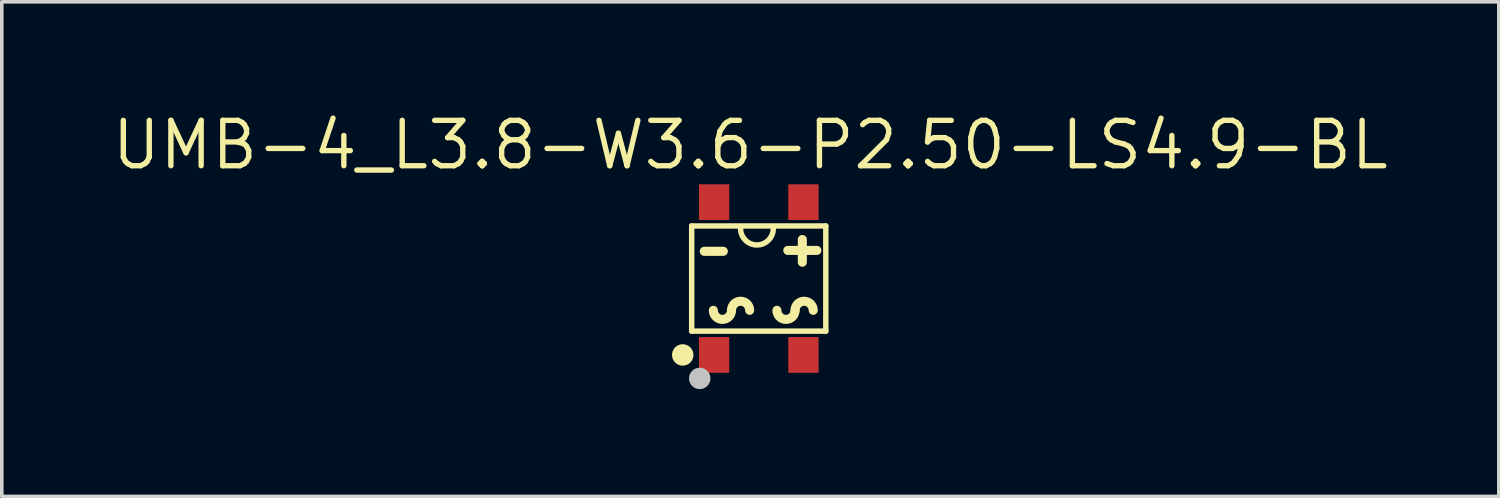
<source format=kicad_pcb>
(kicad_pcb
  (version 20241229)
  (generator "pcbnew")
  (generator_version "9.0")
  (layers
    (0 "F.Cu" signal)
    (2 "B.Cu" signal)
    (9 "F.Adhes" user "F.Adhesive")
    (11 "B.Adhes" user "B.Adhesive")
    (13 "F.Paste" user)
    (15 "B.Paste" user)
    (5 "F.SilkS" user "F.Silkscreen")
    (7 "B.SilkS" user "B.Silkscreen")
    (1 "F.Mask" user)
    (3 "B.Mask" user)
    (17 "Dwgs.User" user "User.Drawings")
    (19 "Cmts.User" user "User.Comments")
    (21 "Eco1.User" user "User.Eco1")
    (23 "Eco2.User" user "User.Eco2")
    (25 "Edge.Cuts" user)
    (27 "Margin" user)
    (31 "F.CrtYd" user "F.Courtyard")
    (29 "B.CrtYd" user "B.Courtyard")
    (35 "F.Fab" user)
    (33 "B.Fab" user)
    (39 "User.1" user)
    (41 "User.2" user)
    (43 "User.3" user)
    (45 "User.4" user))
  (footprint "UMB-4_L3.8-W3.6-P2.50-LS4.9-BL"
    (layer "F.Cu")
    (at 18.175 4.742)
    (property "Reference" "UMB-4_L3.8-W3.6-P2.50-LS4.9-BL" (at -0.237 -3.736 0) (layer "F.SilkS") (effects (font (size 1.27 1.27) (thickness 0.15))))
    (fp_line (start -1.876 -1.471) (end 1.876 -1.471) (stroke (width 0.152) (type default)) (layer "F.SilkS"))
    (fp_line (start -1.876 1.471) (end -1.876 -1.471) (stroke (width 0.152) (type default)) (layer "F.SilkS"))
    (fp_line (start -1.524 -0.762) (end -0.991 -0.762) (stroke (width 0.254) (type default)) (layer "F.SilkS"))
    (fp_line (start 1.219 -1.092) (end 1.219 -0.457) (stroke (width 0.254) (type default)) (layer "F.SilkS"))
    (fp_line (start 1.626 -0.787) (end 0.813 -0.787) (stroke (width 0.254) (type default)) (layer "F.SilkS"))
    (fp_line (start 1.876 -1.471) (end 1.876 1.471) (stroke (width 0.152) (type default)) (layer "F.SilkS"))
    (fp_line (start 1.876 1.471) (end -1.876 1.471) (stroke (width 0.152) (type default)) (layer "F.SilkS"))
    (fp_arc (start -0.762 0.889) (mid -1.016 1.143) (end -1.27 0.889) (stroke (width 0.254) (type default)) (layer "F.SilkS"))
    (fp_arc (start -0.762 0.889) (mid -0.508 0.635) (end -0.254 0.889) (stroke (width 0.254) (type default)) (layer "F.SilkS"))
    (fp_arc (start 0.4064 -1.3963) (mid -0.05115 -0.9394) (end -0.508 -1.397) (stroke (width 0.1524) (type default)) (layer "F.SilkS"))
    (fp_arc (start 1.016 0.889) (mid 0.762 1.143) (end 0.508 0.889) (stroke (width 0.254) (type default)) (layer "F.SilkS"))
    (fp_arc (start 1.016 0.889) (mid 1.27 0.635) (end 1.524 0.889) (stroke (width 0.254) (type default)) (layer "F.SilkS"))
    (fp_circle (center -2.126 2.137) (end -1.976 2.137) (stroke (width 0.3) (type default)) (fill no) (layer "F.SilkS"))
    (fp_circle (center -1.651 2.794) (end -1.501 2.794) (stroke (width 0.3) (type default)) (fill no) (layer "Dwgs.User"))
    (fp_circle (center -1.8 2.45) (end -1.77 2.45) (stroke (width 0.06) (type default)) (fill no) (layer "User.5"))
    (pad "1" smd rect (at -1.25 2.137) (size 0.847 1) (layers "F.Cu" "F.Mask" "F.Paste"))
    (pad "2" smd rect (at 1.25 2.137) (size 0.847 1) (layers "F.Cu" "F.Mask" "F.Paste"))
    (pad "3" smd rect (at 1.25 -2.137) (size 0.847 1) (layers "F.Cu" "F.Mask" "F.Paste"))
    (pad "4" smd rect (at -1.25 -2.137) (size 0.847 1) (layers "F.Cu" "F.Mask" "F.Paste"))
    (zone (net_name "") (layer "Dwgs.User") (hatch edge 0.5) (priority 100) (connect_pads yes) (min_thickness 0) (filled_areas_thickness no) (fill yes) (polygon (pts (xy 16.379 6.744) (xy 16.379 6.644) (xy 17.179 6.644) (xy 17.179 6.744))) (filled_polygon (layer "Dwgs.User") (island) (pts (xy 16.379 6.744) (xy 16.379 6.644) (xy 17.179 6.644) (xy 17.179 6.744))))
    (zone (net_name "") (layer "Dwgs.User") (hatch edge 0.5) (priority 100) (connect_pads yes) (min_thickness 0) (filled_areas_thickness no) (fill yes) (polygon (pts (xy 16.379 6.844) (xy 16.379 6.744) (xy 16.679 6.744) (xy 16.679 6.844))) (filled_polygon (layer "Dwgs.User") (island) (pts (xy 16.379 6.844) (xy 16.379 6.744) (xy 16.679 6.744) (xy 16.679 6.844))))
    (zone (net_name "") (layer "Dwgs.User") (hatch edge 0.5) (priority 100) (connect_pads yes) (min_thickness 0) (filled_areas_thickness no) (fill yes) (polygon (pts (xy 16.379 6.944) (xy 16.379 6.844) (xy 16.679 6.844) (xy 16.679 6.944))) (filled_polygon (layer "Dwgs.User") (island) (pts (xy 16.379 6.944) (xy 16.379 6.844) (xy 16.679 6.844) (xy 16.679 6.944))))
    (zone (net_name "") (layer "Dwgs.User") (hatch edge 0.5) (priority 100) (connect_pads yes) (min_thickness 0) (filled_areas_thickness no) (fill yes) (polygon (pts (xy 16.397 2.393) (xy 17.413 2.393) (xy 17.413 2.647) (xy 16.397 2.647))) (filled_polygon (layer "Dwgs.User") (island) (pts (xy 16.397 2.393) (xy 17.413 2.393) (xy 17.413 2.647) (xy 16.397 2.647))))
    (zone (net_name "") (layer "Dwgs.User") (hatch edge 0.5) (priority 100) (connect_pads yes) (min_thickness 0) (filled_areas_thickness no) (fill yes) (polygon (pts (xy 16.479 6.644) (xy 16.479 6.544) (xy 16.979 6.544) (xy 16.979 6.644))) (filled_polygon (layer "Dwgs.User") (island) (pts (xy 16.479 6.644) (xy 16.479 6.544) (xy 16.979 6.544) (xy 16.979 6.644))))
    (zone (net_name "") (layer "Dwgs.User") (hatch edge 0.5) (priority 100) (connect_pads yes) (min_thickness 0) (filled_areas_thickness no) (fill yes) (polygon (pts (xy 16.779 6.844) (xy 16.779 6.744) (xy 17.479 6.744) (xy 17.479 6.844))) (filled_polygon (layer "Dwgs.User") (island) (pts (xy 16.779 6.844) (xy 16.779 6.744) (xy 17.479 6.744) (xy 17.479 6.844))))
    (zone (net_name "") (layer "Dwgs.User") (hatch edge 0.5) (priority 100) (connect_pads yes) (min_thickness 0) (filled_areas_thickness no) (fill yes) (polygon (pts (xy 16.979 6.944) (xy 16.979 6.844) (xy 17.479 6.844) (xy 17.479 6.944))) (filled_polygon (layer "Dwgs.User") (island) (pts (xy 16.979 6.944) (xy 16.979 6.844) (xy 17.479 6.844) (xy 17.479 6.944))))
    (zone (net_name "") (layer "Dwgs.User") (hatch edge 0.5) (priority 100) (connect_pads yes) (min_thickness 0) (filled_areas_thickness no) (fill yes) (polygon (pts (xy 17.279 6.644) (xy 17.279 6.544) (xy 17.579 6.544) (xy 17.579 6.644))) (filled_polygon (layer "Dwgs.User") (island) (pts (xy 17.279 6.644) (xy 17.279 6.544) (xy 17.579 6.544) (xy 17.579 6.644))))
    (zone (net_name "") (layer "Dwgs.User") (hatch edge 0.5) (priority 100) (connect_pads yes) (min_thickness 0) (filled_areas_thickness no) (fill yes) (polygon (pts (xy 17.279 6.744) (xy 17.279 6.644) (xy 17.579 6.644) (xy 17.579 6.744))) (filled_polygon (layer "Dwgs.User") (island) (pts (xy 17.279 6.744) (xy 17.279 6.644) (xy 17.579 6.644) (xy 17.579 6.744))))
    (zone (net_name "") (layer "Dwgs.User") (hatch edge 0.5) (priority 100) (connect_pads yes) (min_thickness 0) (filled_areas_thickness no) (fill yes) (polygon (pts (xy 18.919 6.998) (xy 18.919 6.898) (xy 19.719 6.898) (xy 19.719 6.998))) (filled_polygon (layer "Dwgs.User") (island) (pts (xy 18.919 6.998) (xy 18.919 6.898) (xy 19.719 6.898) (xy 19.719 6.998))))
    (zone (net_name "") (layer "Dwgs.User") (hatch edge 0.5) (priority 100) (connect_pads yes) (min_thickness 0) (filled_areas_thickness no) (fill yes) (polygon (pts (xy 18.919 7.098) (xy 18.919 6.998) (xy 19.219 6.998) (xy 19.219 7.098))) (filled_polygon (layer "Dwgs.User") (island) (pts (xy 18.919 7.098) (xy 18.919 6.998) (xy 19.219 6.998) (xy 19.219 7.098))))
    (zone (net_name "") (layer "Dwgs.User") (hatch edge 0.5) (priority 100) (connect_pads yes) (min_thickness 0) (filled_areas_thickness no) (fill yes) (polygon (pts (xy 18.919 7.198) (xy 18.919 7.098) (xy 19.219 7.098) (xy 19.219 7.198))) (filled_polygon (layer "Dwgs.User") (island) (pts (xy 18.919 7.198) (xy 18.919 7.098) (xy 19.219 7.098) (xy 19.219 7.198))))
    (zone (net_name "") (layer "Dwgs.User") (hatch edge 0.5) (priority 100) (connect_pads yes) (min_thickness 0) (filled_areas_thickness no) (fill yes) (polygon (pts (xy 19.019 6.898) (xy 19.019 6.798) (xy 19.519 6.798) (xy 19.519 6.898))) (filled_polygon (layer "Dwgs.User") (island) (pts (xy 19.019 6.898) (xy 19.019 6.798) (xy 19.519 6.798) (xy 19.519 6.898))))
    (zone (net_name "") (layer "Dwgs.User") (hatch edge 0.5) (priority 100) (connect_pads yes) (min_thickness 0) (filled_areas_thickness no) (fill yes) (polygon (pts (xy 19.258 3.238) (xy 19.258 1.841) (xy 19.512 1.841) (xy 19.512 3.238))) (filled_polygon (layer "Dwgs.User") (island) (pts (xy 19.258 3.238) (xy 19.258 1.841) (xy 19.512 1.841) (xy 19.512 3.238))))
    (zone (net_name "") (layer "Dwgs.User") (hatch edge 0.5) (priority 100) (connect_pads yes) (min_thickness 0) (filled_areas_thickness no) (fill yes) (polygon (pts (xy 19.319 7.098) (xy 19.319 6.998) (xy 20.019 6.998) (xy 20.019 7.098))) (filled_polygon (layer "Dwgs.User") (island) (pts (xy 19.319 7.098) (xy 19.319 6.998) (xy 20.019 6.998) (xy 20.019 7.098))))
    (zone (net_name "") (layer "Dwgs.User") (hatch edge 0.5) (priority 100) (connect_pads yes) (min_thickness 0) (filled_areas_thickness no) (fill yes) (polygon (pts (xy 19.519 7.198) (xy 19.519 7.098) (xy 20.019 7.098) (xy 20.019 7.198))) (filled_polygon (layer "Dwgs.User") (island) (pts (xy 19.519 7.198) (xy 19.519 7.098) (xy 20.019 7.098) (xy 20.019 7.198))))
    (zone (net_name "") (layer "Dwgs.User") (hatch edge 0.5) (priority 100) (connect_pads yes) (min_thickness 0) (filled_areas_thickness no) (fill yes) (polygon (pts (xy 19.819 6.898) (xy 19.819 6.798) (xy 20.119 6.798) (xy 20.119 6.898))) (filled_polygon (layer "Dwgs.User") (island) (pts (xy 19.819 6.898) (xy 19.819 6.798) (xy 20.119 6.798) (xy 20.119 6.898))))
    (zone (net_name "") (layer "Dwgs.User") (hatch edge 0.5) (priority 100) (connect_pads yes) (min_thickness 0) (filled_areas_thickness no) (fill yes) (polygon (pts (xy 19.819 6.998) (xy 19.819 6.898) (xy 20.119 6.898) (xy 20.119 6.998))) (filled_polygon (layer "Dwgs.User") (island) (pts (xy 19.819 6.998) (xy 19.819 6.898) (xy 20.119 6.898) (xy 20.119 6.998))))
    (zone (net_name "") (layer "Dwgs.User") (hatch edge 0.5) (priority 100) (connect_pads yes) (min_thickness 0) (filled_areas_thickness no) (fill yes) (polygon (pts (xy 20.058 2.706) (xy 18.661 2.706) (xy 18.661 2.452) (xy 20.058 2.452))) (filled_polygon (layer "Dwgs.User") (island) (pts (xy 20.058 2.706) (xy 18.661 2.706) (xy 18.661 2.452) (xy 20.058 2.452))))
    (zone (net_name "") (layer "User.4") (hatch edge 0.5) (priority 100) (connect_pads yes) (min_thickness 0) (filled_areas_thickness no) (fill yes) (polygon (pts (xy 16.623 2.292) (xy 16.623 2.957) (xy 17.228 2.957) (xy 17.228 2.292))) (filled_polygon (layer "User.4") (island) (pts (xy 16.623 2.292) (xy 16.623 2.957) (xy 17.228 2.957) (xy 17.228 2.292))))
    (zone (net_name "") (layer "User.4") (hatch edge 0.5) (priority 100) (connect_pads yes) (min_thickness 0) (filled_areas_thickness no) (fill yes) (polygon (pts (xy 16.623 7.192) (xy 16.623 6.527) (xy 17.228 6.527) (xy 17.228 7.192))) (filled_polygon (layer "User.4") (island) (pts (xy 16.623 7.192) (xy 16.623 6.527) (xy 17.228 6.527) (xy 17.228 7.192))))
    (zone (net_name "") (layer "User.4") (hatch edge 0.5) (priority 100) (connect_pads yes) (min_thickness 0) (filled_areas_thickness no) (fill yes) (polygon (pts (xy 19.123 2.292) (xy 19.123 2.957) (xy 19.728 2.957) (xy 19.728 2.292))) (filled_polygon (layer "User.4") (island) (pts (xy 19.123 2.292) (xy 19.123 2.957) (xy 19.728 2.957) (xy 19.728 2.292))))
    (zone (net_name "") (layer "User.4") (hatch edge 0.5) (priority 100) (connect_pads yes) (min_thickness 0) (filled_areas_thickness no) (fill yes) (polygon (pts (xy 19.123 7.192) (xy 19.123 6.527) (xy 19.728 6.527) (xy 19.728 7.192))) (filled_polygon (layer "User.4") (island) (pts (xy 19.123 7.192) (xy 19.123 6.527) (xy 19.728 6.527) (xy 19.728 7.192)))))
  (gr_rect
    (start -3 -3)
    (end 38.877 10.836)
    (stroke (width 0.1) (type default))
    (fill no)
    (layer "Edge.Cuts")))
</source>
